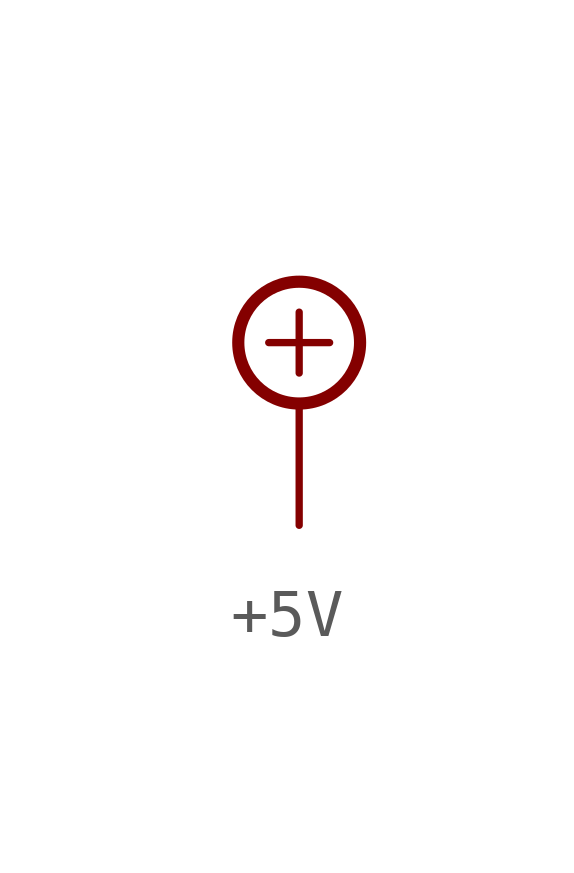
<source format=kicad_sym>
(kicad_symbol_lib
  (version 20231120)
  (generator "kicad_symbol_editor")
  (generator_version "8.0")
  (symbol "+5V"
    (power)
    (property "Reference" "#SUPPLY"
      (at 0 0 0)
      (effects (font (size 1.27 1.27)) (hide yes)))
    (property "Value" ""
      (at -1.905 3.175 0)
      (effects (font (size 1.778 1.511)) (justify left bottom)))
    (property "ki_locked" ""
      (at 0 0 0)
      (effects (font (size 1.27 1.27))))
    (symbol "+5V_1_0"
      (polyline (pts (xy -0.635 1.27) (xy 0.635 1.27)) (stroke (width 0.152) (type solid)) (fill (type none)))
      (polyline (pts (xy 0 0.635) (xy 0 1.905)) (stroke (width 0.152) (type solid)) (fill (type none)))
      (circle (center 0 1.27) (radius 1.27) (stroke (width 0.254) (type solid)) (fill (type none)))
      (pin power_in line (at 0 -2.54 90) (length 2.54) (name "+5V" (effects (font (size 0 0)))) (number "1" (effects (font (size 0 0))))))))
</source>
